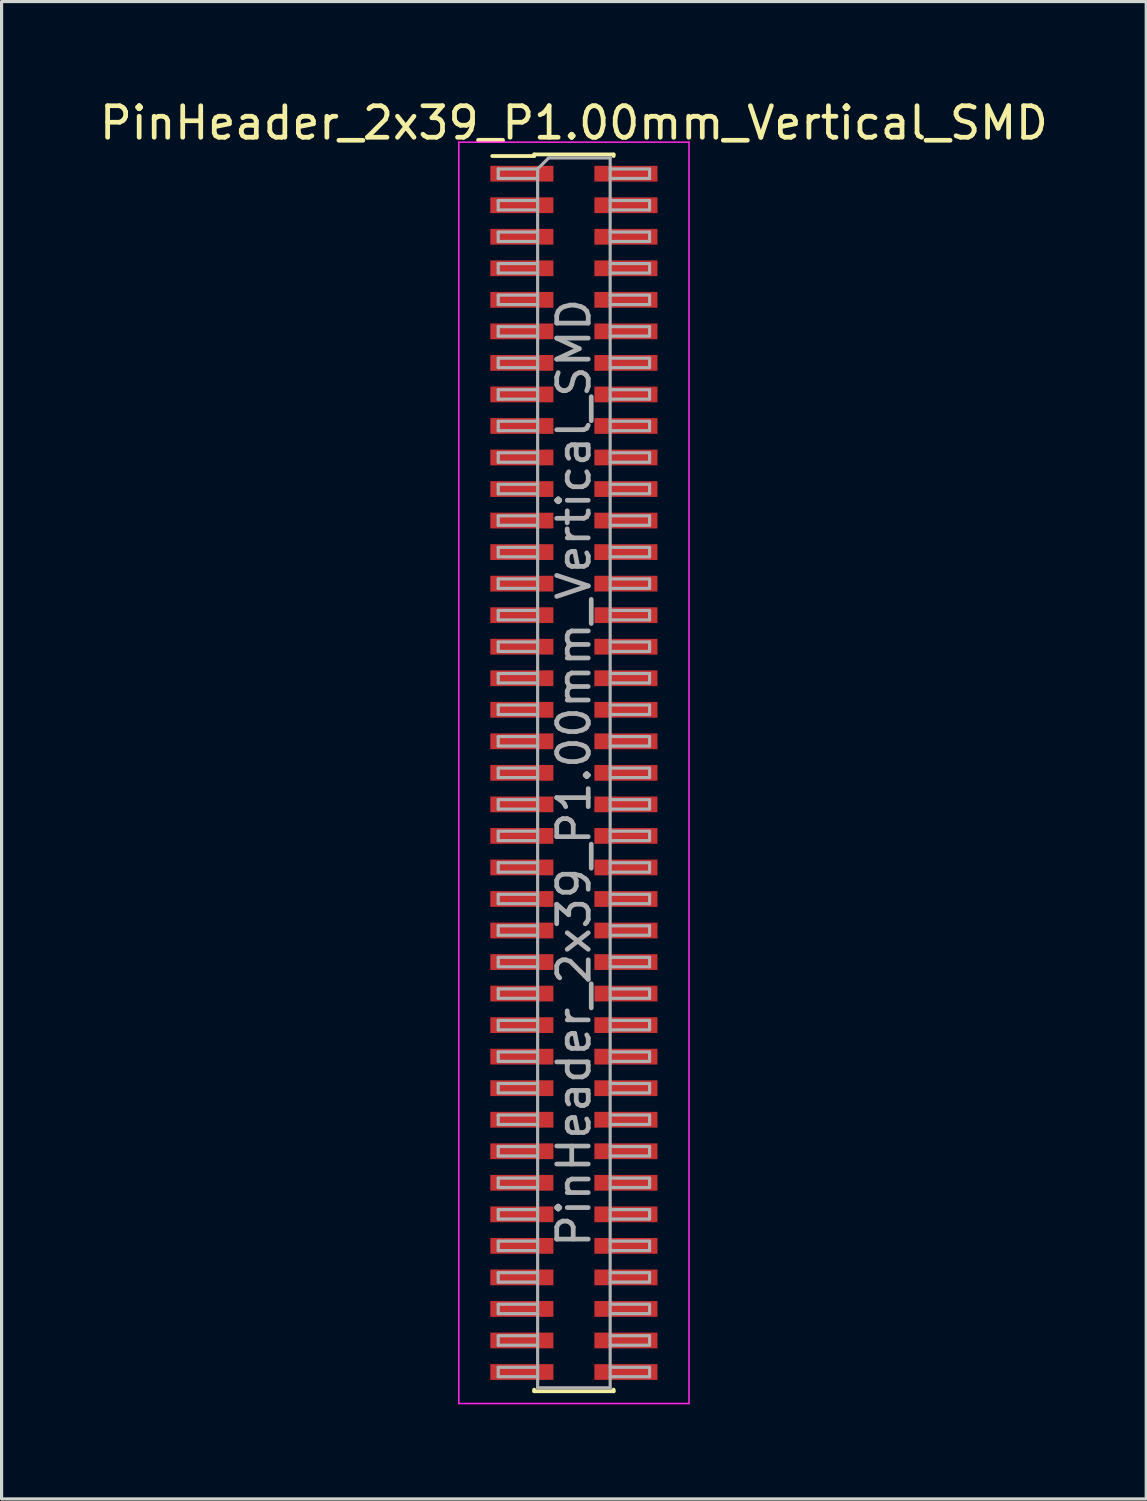
<source format=kicad_pcb>
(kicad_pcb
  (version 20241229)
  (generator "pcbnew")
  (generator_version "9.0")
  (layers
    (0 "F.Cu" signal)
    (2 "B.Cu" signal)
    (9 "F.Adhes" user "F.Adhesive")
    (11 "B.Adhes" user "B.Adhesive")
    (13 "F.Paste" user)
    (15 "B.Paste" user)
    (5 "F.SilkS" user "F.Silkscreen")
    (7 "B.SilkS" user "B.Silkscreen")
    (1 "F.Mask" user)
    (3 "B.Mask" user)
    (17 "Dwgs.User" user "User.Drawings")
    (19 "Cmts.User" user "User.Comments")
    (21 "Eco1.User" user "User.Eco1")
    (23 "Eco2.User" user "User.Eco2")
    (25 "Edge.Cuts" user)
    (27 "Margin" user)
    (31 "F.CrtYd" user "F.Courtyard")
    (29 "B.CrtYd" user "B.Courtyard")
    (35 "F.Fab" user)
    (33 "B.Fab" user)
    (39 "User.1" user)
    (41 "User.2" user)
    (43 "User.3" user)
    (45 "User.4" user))
  (footprint "PinHeader_2x39_P1.00mm_Vertical_SMD"
    (layer "F.Cu")
    (at 15.149 21.458)
    (property "Reference" "PinHeader_2x39_P1.00mm_Vertical_SMD" (at 0 -20.61 0) (layer "F.SilkS") (effects (font (size 1 1) (thickness 0.15))))
    (attr smd)
    (fp_line (start -2.59 -19.56) (end -1.26 -19.56) (stroke (width 0.12) (type solid)) (layer "F.SilkS"))
    (fp_line (start -1.26 -19.61) (end -1.26 -19.56) (stroke (width 0.12) (type solid)) (layer "F.SilkS"))
    (fp_line (start -1.26 -19.61) (end 1.26 -19.61) (stroke (width 0.12) (type solid)) (layer "F.SilkS"))
    (fp_line (start -1.26 19.56) (end -1.26 19.61) (stroke (width 0.12) (type solid)) (layer "F.SilkS"))
    (fp_line (start -1.26 19.61) (end 1.26 19.61) (stroke (width 0.12) (type solid)) (layer "F.SilkS"))
    (fp_line (start 1.26 -19.61) (end 1.26 -19.56) (stroke (width 0.12) (type solid)) (layer "F.SilkS"))
    (fp_line (start 1.26 19.56) (end 1.26 19.61) (stroke (width 0.12) (type solid)) (layer "F.SilkS"))
    (fp_line (start -3.65 -20) (end -3.65 20) (stroke (width 0.05) (type solid)) (layer "F.CrtYd"))
    (fp_line (start -3.65 20) (end 3.65 20) (stroke (width 0.05) (type solid)) (layer "F.CrtYd"))
    (fp_line (start 3.65 -20) (end -3.65 -20) (stroke (width 0.05) (type solid)) (layer "F.CrtYd"))
    (fp_line (start 3.65 20) (end 3.65 -20) (stroke (width 0.05) (type solid)) (layer "F.CrtYd"))
    (fp_line (start -2.4 -19.15) (end -2.4 -18.85) (stroke (width 0.1) (type solid)) (layer "F.Fab"))
    (fp_line (start -2.4 -18.85) (end -1.15 -18.85) (stroke (width 0.1) (type solid)) (layer "F.Fab"))
    (fp_line (start -2.4 -18.15) (end -2.4 -17.85) (stroke (width 0.1) (type solid)) (layer "F.Fab"))
    (fp_line (start -2.4 -17.85) (end -1.15 -17.85) (stroke (width 0.1) (type solid)) (layer "F.Fab"))
    (fp_line (start -2.4 -17.15) (end -2.4 -16.85) (stroke (width 0.1) (type solid)) (layer "F.Fab"))
    (fp_line (start -2.4 -16.85) (end -1.15 -16.85) (stroke (width 0.1) (type solid)) (layer "F.Fab"))
    (fp_line (start -2.4 -16.15) (end -2.4 -15.85) (stroke (width 0.1) (type solid)) (layer "F.Fab"))
    (fp_line (start -2.4 -15.85) (end -1.15 -15.85) (stroke (width 0.1) (type solid)) (layer "F.Fab"))
    (fp_line (start -2.4 -15.15) (end -2.4 -14.85) (stroke (width 0.1) (type solid)) (layer "F.Fab"))
    (fp_line (start -2.4 -14.85) (end -1.15 -14.85) (stroke (width 0.1) (type solid)) (layer "F.Fab"))
    (fp_line (start -2.4 -14.15) (end -2.4 -13.85) (stroke (width 0.1) (type solid)) (layer "F.Fab"))
    (fp_line (start -2.4 -13.85) (end -1.15 -13.85) (stroke (width 0.1) (type solid)) (layer "F.Fab"))
    (fp_line (start -2.4 -13.15) (end -2.4 -12.85) (stroke (width 0.1) (type solid)) (layer "F.Fab"))
    (fp_line (start -2.4 -12.85) (end -1.15 -12.85) (stroke (width 0.1) (type solid)) (layer "F.Fab"))
    (fp_line (start -2.4 -12.15) (end -2.4 -11.85) (stroke (width 0.1) (type solid)) (layer "F.Fab"))
    (fp_line (start -2.4 -11.85) (end -1.15 -11.85) (stroke (width 0.1) (type solid)) (layer "F.Fab"))
    (fp_line (start -2.4 -11.15) (end -2.4 -10.85) (stroke (width 0.1) (type solid)) (layer "F.Fab"))
    (fp_line (start -2.4 -10.85) (end -1.15 -10.85) (stroke (width 0.1) (type solid)) (layer "F.Fab"))
    (fp_line (start -2.4 -10.15) (end -2.4 -9.85) (stroke (width 0.1) (type solid)) (layer "F.Fab"))
    (fp_line (start -2.4 -9.85) (end -1.15 -9.85) (stroke (width 0.1) (type solid)) (layer "F.Fab"))
    (fp_line (start -2.4 -9.15) (end -2.4 -8.85) (stroke (width 0.1) (type solid)) (layer "F.Fab"))
    (fp_line (start -2.4 -8.85) (end -1.15 -8.85) (stroke (width 0.1) (type solid)) (layer "F.Fab"))
    (fp_line (start -2.4 -8.15) (end -2.4 -7.85) (stroke (width 0.1) (type solid)) (layer "F.Fab"))
    (fp_line (start -2.4 -7.85) (end -1.15 -7.85) (stroke (width 0.1) (type solid)) (layer "F.Fab"))
    (fp_line (start -2.4 -7.15) (end -2.4 -6.85) (stroke (width 0.1) (type solid)) (layer "F.Fab"))
    (fp_line (start -2.4 -6.85) (end -1.15 -6.85) (stroke (width 0.1) (type solid)) (layer "F.Fab"))
    (fp_line (start -2.4 -6.15) (end -2.4 -5.85) (stroke (width 0.1) (type solid)) (layer "F.Fab"))
    (fp_line (start -2.4 -5.85) (end -1.15 -5.85) (stroke (width 0.1) (type solid)) (layer "F.Fab"))
    (fp_line (start -2.4 -5.15) (end -2.4 -4.85) (stroke (width 0.1) (type solid)) (layer "F.Fab"))
    (fp_line (start -2.4 -4.85) (end -1.15 -4.85) (stroke (width 0.1) (type solid)) (layer "F.Fab"))
    (fp_line (start -2.4 -4.15) (end -2.4 -3.85) (stroke (width 0.1) (type solid)) (layer "F.Fab"))
    (fp_line (start -2.4 -3.85) (end -1.15 -3.85) (stroke (width 0.1) (type solid)) (layer "F.Fab"))
    (fp_line (start -2.4 -3.15) (end -2.4 -2.85) (stroke (width 0.1) (type solid)) (layer "F.Fab"))
    (fp_line (start -2.4 -2.85) (end -1.15 -2.85) (stroke (width 0.1) (type solid)) (layer "F.Fab"))
    (fp_line (start -2.4 -2.15) (end -2.4 -1.85) (stroke (width 0.1) (type solid)) (layer "F.Fab"))
    (fp_line (start -2.4 -1.85) (end -1.15 -1.85) (stroke (width 0.1) (type solid)) (layer "F.Fab"))
    (fp_line (start -2.4 -1.15) (end -2.4 -0.85) (stroke (width 0.1) (type solid)) (layer "F.Fab"))
    (fp_line (start -2.4 -0.85) (end -1.15 -0.85) (stroke (width 0.1) (type solid)) (layer "F.Fab"))
    (fp_line (start -2.4 -0.15) (end -2.4 0.15) (stroke (width 0.1) (type solid)) (layer "F.Fab"))
    (fp_line (start -2.4 0.15) (end -1.15 0.15) (stroke (width 0.1) (type solid)) (layer "F.Fab"))
    (fp_line (start -2.4 0.85) (end -2.4 1.15) (stroke (width 0.1) (type solid)) (layer "F.Fab"))
    (fp_line (start -2.4 1.15) (end -1.15 1.15) (stroke (width 0.1) (type solid)) (layer "F.Fab"))
    (fp_line (start -2.4 1.85) (end -2.4 2.15) (stroke (width 0.1) (type solid)) (layer "F.Fab"))
    (fp_line (start -2.4 2.15) (end -1.15 2.15) (stroke (width 0.1) (type solid)) (layer "F.Fab"))
    (fp_line (start -2.4 2.85) (end -2.4 3.15) (stroke (width 0.1) (type solid)) (layer "F.Fab"))
    (fp_line (start -2.4 3.15) (end -1.15 3.15) (stroke (width 0.1) (type solid)) (layer "F.Fab"))
    (fp_line (start -2.4 3.85) (end -2.4 4.15) (stroke (width 0.1) (type solid)) (layer "F.Fab"))
    (fp_line (start -2.4 4.15) (end -1.15 4.15) (stroke (width 0.1) (type solid)) (layer "F.Fab"))
    (fp_line (start -2.4 4.85) (end -2.4 5.15) (stroke (width 0.1) (type solid)) (layer "F.Fab"))
    (fp_line (start -2.4 5.15) (end -1.15 5.15) (stroke (width 0.1) (type solid)) (layer "F.Fab"))
    (fp_line (start -2.4 5.85) (end -2.4 6.15) (stroke (width 0.1) (type solid)) (layer "F.Fab"))
    (fp_line (start -2.4 6.15) (end -1.15 6.15) (stroke (width 0.1) (type solid)) (layer "F.Fab"))
    (fp_line (start -2.4 6.85) (end -2.4 7.15) (stroke (width 0.1) (type solid)) (layer "F.Fab"))
    (fp_line (start -2.4 7.15) (end -1.15 7.15) (stroke (width 0.1) (type solid)) (layer "F.Fab"))
    (fp_line (start -2.4 7.85) (end -2.4 8.15) (stroke (width 0.1) (type solid)) (layer "F.Fab"))
    (fp_line (start -2.4 8.15) (end -1.15 8.15) (stroke (width 0.1) (type solid)) (layer "F.Fab"))
    (fp_line (start -2.4 8.85) (end -2.4 9.15) (stroke (width 0.1) (type solid)) (layer "F.Fab"))
    (fp_line (start -2.4 9.15) (end -1.15 9.15) (stroke (width 0.1) (type solid)) (layer "F.Fab"))
    (fp_line (start -2.4 9.85) (end -2.4 10.15) (stroke (width 0.1) (type solid)) (layer "F.Fab"))
    (fp_line (start -2.4 10.15) (end -1.15 10.15) (stroke (width 0.1) (type solid)) (layer "F.Fab"))
    (fp_line (start -2.4 10.85) (end -2.4 11.15) (stroke (width 0.1) (type solid)) (layer "F.Fab"))
    (fp_line (start -2.4 11.15) (end -1.15 11.15) (stroke (width 0.1) (type solid)) (layer "F.Fab"))
    (fp_line (start -2.4 11.85) (end -2.4 12.15) (stroke (width 0.1) (type solid)) (layer "F.Fab"))
    (fp_line (start -2.4 12.15) (end -1.15 12.15) (stroke (width 0.1) (type solid)) (layer "F.Fab"))
    (fp_line (start -2.4 12.85) (end -2.4 13.15) (stroke (width 0.1) (type solid)) (layer "F.Fab"))
    (fp_line (start -2.4 13.15) (end -1.15 13.15) (stroke (width 0.1) (type solid)) (layer "F.Fab"))
    (fp_line (start -2.4 13.85) (end -2.4 14.15) (stroke (width 0.1) (type solid)) (layer "F.Fab"))
    (fp_line (start -2.4 14.15) (end -1.15 14.15) (stroke (width 0.1) (type solid)) (layer "F.Fab"))
    (fp_line (start -2.4 14.85) (end -2.4 15.15) (stroke (width 0.1) (type solid)) (layer "F.Fab"))
    (fp_line (start -2.4 15.15) (end -1.15 15.15) (stroke (width 0.1) (type solid)) (layer "F.Fab"))
    (fp_line (start -2.4 15.85) (end -2.4 16.15) (stroke (width 0.1) (type solid)) (layer "F.Fab"))
    (fp_line (start -2.4 16.15) (end -1.15 16.15) (stroke (width 0.1) (type solid)) (layer "F.Fab"))
    (fp_line (start -2.4 16.85) (end -2.4 17.15) (stroke (width 0.1) (type solid)) (layer "F.Fab"))
    (fp_line (start -2.4 17.15) (end -1.15 17.15) (stroke (width 0.1) (type solid)) (layer "F.Fab"))
    (fp_line (start -2.4 17.85) (end -2.4 18.15) (stroke (width 0.1) (type solid)) (layer "F.Fab"))
    (fp_line (start -2.4 18.15) (end -1.15 18.15) (stroke (width 0.1) (type solid)) (layer "F.Fab"))
    (fp_line (start -2.4 18.85) (end -2.4 19.15) (stroke (width 0.1) (type solid)) (layer "F.Fab"))
    (fp_line (start -2.4 19.15) (end -1.15 19.15) (stroke (width 0.1) (type solid)) (layer "F.Fab"))
    (fp_line (start -1.15 -19.15) (end -2.4 -19.15) (stroke (width 0.1) (type solid)) (layer "F.Fab"))
    (fp_line (start -1.15 -19.15) (end -0.8 -19.5) (stroke (width 0.1) (type solid)) (layer "F.Fab"))
    (fp_line (start -1.15 -18.15) (end -2.4 -18.15) (stroke (width 0.1) (type solid)) (layer "F.Fab"))
    (fp_line (start -1.15 -17.15) (end -2.4 -17.15) (stroke (width 0.1) (type solid)) (layer "F.Fab"))
    (fp_line (start -1.15 -16.15) (end -2.4 -16.15) (stroke (width 0.1) (type solid)) (layer "F.Fab"))
    (fp_line (start -1.15 -15.15) (end -2.4 -15.15) (stroke (width 0.1) (type solid)) (layer "F.Fab"))
    (fp_line (start -1.15 -14.15) (end -2.4 -14.15) (stroke (width 0.1) (type solid)) (layer "F.Fab"))
    (fp_line (start -1.15 -13.15) (end -2.4 -13.15) (stroke (width 0.1) (type solid)) (layer "F.Fab"))
    (fp_line (start -1.15 -12.15) (end -2.4 -12.15) (stroke (width 0.1) (type solid)) (layer "F.Fab"))
    (fp_line (start -1.15 -11.15) (end -2.4 -11.15) (stroke (width 0.1) (type solid)) (layer "F.Fab"))
    (fp_line (start -1.15 -10.15) (end -2.4 -10.15) (stroke (width 0.1) (type solid)) (layer "F.Fab"))
    (fp_line (start -1.15 -9.15) (end -2.4 -9.15) (stroke (width 0.1) (type solid)) (layer "F.Fab"))
    (fp_line (start -1.15 -8.15) (end -2.4 -8.15) (stroke (width 0.1) (type solid)) (layer "F.Fab"))
    (fp_line (start -1.15 -7.15) (end -2.4 -7.15) (stroke (width 0.1) (type solid)) (layer "F.Fab"))
    (fp_line (start -1.15 -6.15) (end -2.4 -6.15) (stroke (width 0.1) (type solid)) (layer "F.Fab"))
    (fp_line (start -1.15 -5.15) (end -2.4 -5.15) (stroke (width 0.1) (type solid)) (layer "F.Fab"))
    (fp_line (start -1.15 -4.15) (end -2.4 -4.15) (stroke (width 0.1) (type solid)) (layer "F.Fab"))
    (fp_line (start -1.15 -3.15) (end -2.4 -3.15) (stroke (width 0.1) (type solid)) (layer "F.Fab"))
    (fp_line (start -1.15 -2.15) (end -2.4 -2.15) (stroke (width 0.1) (type solid)) (layer "F.Fab"))
    (fp_line (start -1.15 -1.15) (end -2.4 -1.15) (stroke (width 0.1) (type solid)) (layer "F.Fab"))
    (fp_line (start -1.15 -0.15) (end -2.4 -0.15) (stroke (width 0.1) (type solid)) (layer "F.Fab"))
    (fp_line (start -1.15 0.85) (end -2.4 0.85) (stroke (width 0.1) (type solid)) (layer "F.Fab"))
    (fp_line (start -1.15 1.85) (end -2.4 1.85) (stroke (width 0.1) (type solid)) (layer "F.Fab"))
    (fp_line (start -1.15 2.85) (end -2.4 2.85) (stroke (width 0.1) (type solid)) (layer "F.Fab"))
    (fp_line (start -1.15 3.85) (end -2.4 3.85) (stroke (width 0.1) (type solid)) (layer "F.Fab"))
    (fp_line (start -1.15 4.85) (end -2.4 4.85) (stroke (width 0.1) (type solid)) (layer "F.Fab"))
    (fp_line (start -1.15 5.85) (end -2.4 5.85) (stroke (width 0.1) (type solid)) (layer "F.Fab"))
    (fp_line (start -1.15 6.85) (end -2.4 6.85) (stroke (width 0.1) (type solid)) (layer "F.Fab"))
    (fp_line (start -1.15 7.85) (end -2.4 7.85) (stroke (width 0.1) (type solid)) (layer "F.Fab"))
    (fp_line (start -1.15 8.85) (end -2.4 8.85) (stroke (width 0.1) (type solid)) (layer "F.Fab"))
    (fp_line (start -1.15 9.85) (end -2.4 9.85) (stroke (width 0.1) (type solid)) (layer "F.Fab"))
    (fp_line (start -1.15 10.85) (end -2.4 10.85) (stroke (width 0.1) (type solid)) (layer "F.Fab"))
    (fp_line (start -1.15 11.85) (end -2.4 11.85) (stroke (width 0.1) (type solid)) (layer "F.Fab"))
    (fp_line (start -1.15 12.85) (end -2.4 12.85) (stroke (width 0.1) (type solid)) (layer "F.Fab"))
    (fp_line (start -1.15 13.85) (end -2.4 13.85) (stroke (width 0.1) (type solid)) (layer "F.Fab"))
    (fp_line (start -1.15 14.85) (end -2.4 14.85) (stroke (width 0.1) (type solid)) (layer "F.Fab"))
    (fp_line (start -1.15 15.85) (end -2.4 15.85) (stroke (width 0.1) (type solid)) (layer "F.Fab"))
    (fp_line (start -1.15 16.85) (end -2.4 16.85) (stroke (width 0.1) (type solid)) (layer "F.Fab"))
    (fp_line (start -1.15 17.85) (end -2.4 17.85) (stroke (width 0.1) (type solid)) (layer "F.Fab"))
    (fp_line (start -1.15 18.85) (end -2.4 18.85) (stroke (width 0.1) (type solid)) (layer "F.Fab"))
    (fp_line (start -1.15 19.5) (end -1.15 -19.15) (stroke (width 0.1) (type solid)) (layer "F.Fab"))
    (fp_line (start -0.8 -19.5) (end 1.15 -19.5) (stroke (width 0.1) (type solid)) (layer "F.Fab"))
    (fp_line (start 1.15 -19.5) (end 1.15 19.5) (stroke (width 0.1) (type solid)) (layer "F.Fab"))
    (fp_line (start 1.15 -19.15) (end 2.4 -19.15) (stroke (width 0.1) (type solid)) (layer "F.Fab"))
    (fp_line (start 1.15 -18.15) (end 2.4 -18.15) (stroke (width 0.1) (type solid)) (layer "F.Fab"))
    (fp_line (start 1.15 -17.15) (end 2.4 -17.15) (stroke (width 0.1) (type solid)) (layer "F.Fab"))
    (fp_line (start 1.15 -16.15) (end 2.4 -16.15) (stroke (width 0.1) (type solid)) (layer "F.Fab"))
    (fp_line (start 1.15 -15.15) (end 2.4 -15.15) (stroke (width 0.1) (type solid)) (layer "F.Fab"))
    (fp_line (start 1.15 -14.15) (end 2.4 -14.15) (stroke (width 0.1) (type solid)) (layer "F.Fab"))
    (fp_line (start 1.15 -13.15) (end 2.4 -13.15) (stroke (width 0.1) (type solid)) (layer "F.Fab"))
    (fp_line (start 1.15 -12.15) (end 2.4 -12.15) (stroke (width 0.1) (type solid)) (layer "F.Fab"))
    (fp_line (start 1.15 -11.15) (end 2.4 -11.15) (stroke (width 0.1) (type solid)) (layer "F.Fab"))
    (fp_line (start 1.15 -10.15) (end 2.4 -10.15) (stroke (width 0.1) (type solid)) (layer "F.Fab"))
    (fp_line (start 1.15 -9.15) (end 2.4 -9.15) (stroke (width 0.1) (type solid)) (layer "F.Fab"))
    (fp_line (start 1.15 -8.15) (end 2.4 -8.15) (stroke (width 0.1) (type solid)) (layer "F.Fab"))
    (fp_line (start 1.15 -7.15) (end 2.4 -7.15) (stroke (width 0.1) (type solid)) (layer "F.Fab"))
    (fp_line (start 1.15 -6.15) (end 2.4 -6.15) (stroke (width 0.1) (type solid)) (layer "F.Fab"))
    (fp_line (start 1.15 -5.15) (end 2.4 -5.15) (stroke (width 0.1) (type solid)) (layer "F.Fab"))
    (fp_line (start 1.15 -4.15) (end 2.4 -4.15) (stroke (width 0.1) (type solid)) (layer "F.Fab"))
    (fp_line (start 1.15 -3.15) (end 2.4 -3.15) (stroke (width 0.1) (type solid)) (layer "F.Fab"))
    (fp_line (start 1.15 -2.15) (end 2.4 -2.15) (stroke (width 0.1) (type solid)) (layer "F.Fab"))
    (fp_line (start 1.15 -1.15) (end 2.4 -1.15) (stroke (width 0.1) (type solid)) (layer "F.Fab"))
    (fp_line (start 1.15 -0.15) (end 2.4 -0.15) (stroke (width 0.1) (type solid)) (layer "F.Fab"))
    (fp_line (start 1.15 0.85) (end 2.4 0.85) (stroke (width 0.1) (type solid)) (layer "F.Fab"))
    (fp_line (start 1.15 1.85) (end 2.4 1.85) (stroke (width 0.1) (type solid)) (layer "F.Fab"))
    (fp_line (start 1.15 2.85) (end 2.4 2.85) (stroke (width 0.1) (type solid)) (layer "F.Fab"))
    (fp_line (start 1.15 3.85) (end 2.4 3.85) (stroke (width 0.1) (type solid)) (layer "F.Fab"))
    (fp_line (start 1.15 4.85) (end 2.4 4.85) (stroke (width 0.1) (type solid)) (layer "F.Fab"))
    (fp_line (start 1.15 5.85) (end 2.4 5.85) (stroke (width 0.1) (type solid)) (layer "F.Fab"))
    (fp_line (start 1.15 6.85) (end 2.4 6.85) (stroke (width 0.1) (type solid)) (layer "F.Fab"))
    (fp_line (start 1.15 7.85) (end 2.4 7.85) (stroke (width 0.1) (type solid)) (layer "F.Fab"))
    (fp_line (start 1.15 8.85) (end 2.4 8.85) (stroke (width 0.1) (type solid)) (layer "F.Fab"))
    (fp_line (start 1.15 9.85) (end 2.4 9.85) (stroke (width 0.1) (type solid)) (layer "F.Fab"))
    (fp_line (start 1.15 10.85) (end 2.4 10.85) (stroke (width 0.1) (type solid)) (layer "F.Fab"))
    (fp_line (start 1.15 11.85) (end 2.4 11.85) (stroke (width 0.1) (type solid)) (layer "F.Fab"))
    (fp_line (start 1.15 12.85) (end 2.4 12.85) (stroke (width 0.1) (type solid)) (layer "F.Fab"))
    (fp_line (start 1.15 13.85) (end 2.4 13.85) (stroke (width 0.1) (type solid)) (layer "F.Fab"))
    (fp_line (start 1.15 14.85) (end 2.4 14.85) (stroke (width 0.1) (type solid)) (layer "F.Fab"))
    (fp_line (start 1.15 15.85) (end 2.4 15.85) (stroke (width 0.1) (type solid)) (layer "F.Fab"))
    (fp_line (start 1.15 16.85) (end 2.4 16.85) (stroke (width 0.1) (type solid)) (layer "F.Fab"))
    (fp_line (start 1.15 17.85) (end 2.4 17.85) (stroke (width 0.1) (type solid)) (layer "F.Fab"))
    (fp_line (start 1.15 18.85) (end 2.4 18.85) (stroke (width 0.1) (type solid)) (layer "F.Fab"))
    (fp_line (start 1.15 19.5) (end -1.15 19.5) (stroke (width 0.1) (type solid)) (layer "F.Fab"))
    (fp_line (start 2.4 -19.15) (end 2.4 -18.85) (stroke (width 0.1) (type solid)) (layer "F.Fab"))
    (fp_line (start 2.4 -18.85) (end 1.15 -18.85) (stroke (width 0.1) (type solid)) (layer "F.Fab"))
    (fp_line (start 2.4 -18.15) (end 2.4 -17.85) (stroke (width 0.1) (type solid)) (layer "F.Fab"))
    (fp_line (start 2.4 -17.85) (end 1.15 -17.85) (stroke (width 0.1) (type solid)) (layer "F.Fab"))
    (fp_line (start 2.4 -17.15) (end 2.4 -16.85) (stroke (width 0.1) (type solid)) (layer "F.Fab"))
    (fp_line (start 2.4 -16.85) (end 1.15 -16.85) (stroke (width 0.1) (type solid)) (layer "F.Fab"))
    (fp_line (start 2.4 -16.15) (end 2.4 -15.85) (stroke (width 0.1) (type solid)) (layer "F.Fab"))
    (fp_line (start 2.4 -15.85) (end 1.15 -15.85) (stroke (width 0.1) (type solid)) (layer "F.Fab"))
    (fp_line (start 2.4 -15.15) (end 2.4 -14.85) (stroke (width 0.1) (type solid)) (layer "F.Fab"))
    (fp_line (start 2.4 -14.85) (end 1.15 -14.85) (stroke (width 0.1) (type solid)) (layer "F.Fab"))
    (fp_line (start 2.4 -14.15) (end 2.4 -13.85) (stroke (width 0.1) (type solid)) (layer "F.Fab"))
    (fp_line (start 2.4 -13.85) (end 1.15 -13.85) (stroke (width 0.1) (type solid)) (layer "F.Fab"))
    (fp_line (start 2.4 -13.15) (end 2.4 -12.85) (stroke (width 0.1) (type solid)) (layer "F.Fab"))
    (fp_line (start 2.4 -12.85) (end 1.15 -12.85) (stroke (width 0.1) (type solid)) (layer "F.Fab"))
    (fp_line (start 2.4 -12.15) (end 2.4 -11.85) (stroke (width 0.1) (type solid)) (layer "F.Fab"))
    (fp_line (start 2.4 -11.85) (end 1.15 -11.85) (stroke (width 0.1) (type solid)) (layer "F.Fab"))
    (fp_line (start 2.4 -11.15) (end 2.4 -10.85) (stroke (width 0.1) (type solid)) (layer "F.Fab"))
    (fp_line (start 2.4 -10.85) (end 1.15 -10.85) (stroke (width 0.1) (type solid)) (layer "F.Fab"))
    (fp_line (start 2.4 -10.15) (end 2.4 -9.85) (stroke (width 0.1) (type solid)) (layer "F.Fab"))
    (fp_line (start 2.4 -9.85) (end 1.15 -9.85) (stroke (width 0.1) (type solid)) (layer "F.Fab"))
    (fp_line (start 2.4 -9.15) (end 2.4 -8.85) (stroke (width 0.1) (type solid)) (layer "F.Fab"))
    (fp_line (start 2.4 -8.85) (end 1.15 -8.85) (stroke (width 0.1) (type solid)) (layer "F.Fab"))
    (fp_line (start 2.4 -8.15) (end 2.4 -7.85) (stroke (width 0.1) (type solid)) (layer "F.Fab"))
    (fp_line (start 2.4 -7.85) (end 1.15 -7.85) (stroke (width 0.1) (type solid)) (layer "F.Fab"))
    (fp_line (start 2.4 -7.15) (end 2.4 -6.85) (stroke (width 0.1) (type solid)) (layer "F.Fab"))
    (fp_line (start 2.4 -6.85) (end 1.15 -6.85) (stroke (width 0.1) (type solid)) (layer "F.Fab"))
    (fp_line (start 2.4 -6.15) (end 2.4 -5.85) (stroke (width 0.1) (type solid)) (layer "F.Fab"))
    (fp_line (start 2.4 -5.85) (end 1.15 -5.85) (stroke (width 0.1) (type solid)) (layer "F.Fab"))
    (fp_line (start 2.4 -5.15) (end 2.4 -4.85) (stroke (width 0.1) (type solid)) (layer "F.Fab"))
    (fp_line (start 2.4 -4.85) (end 1.15 -4.85) (stroke (width 0.1) (type solid)) (layer "F.Fab"))
    (fp_line (start 2.4 -4.15) (end 2.4 -3.85) (stroke (width 0.1) (type solid)) (layer "F.Fab"))
    (fp_line (start 2.4 -3.85) (end 1.15 -3.85) (stroke (width 0.1) (type solid)) (layer "F.Fab"))
    (fp_line (start 2.4 -3.15) (end 2.4 -2.85) (stroke (width 0.1) (type solid)) (layer "F.Fab"))
    (fp_line (start 2.4 -2.85) (end 1.15 -2.85) (stroke (width 0.1) (type solid)) (layer "F.Fab"))
    (fp_line (start 2.4 -2.15) (end 2.4 -1.85) (stroke (width 0.1) (type solid)) (layer "F.Fab"))
    (fp_line (start 2.4 -1.85) (end 1.15 -1.85) (stroke (width 0.1) (type solid)) (layer "F.Fab"))
    (fp_line (start 2.4 -1.15) (end 2.4 -0.85) (stroke (width 0.1) (type solid)) (layer "F.Fab"))
    (fp_line (start 2.4 -0.85) (end 1.15 -0.85) (stroke (width 0.1) (type solid)) (layer "F.Fab"))
    (fp_line (start 2.4 -0.15) (end 2.4 0.15) (stroke (width 0.1) (type solid)) (layer "F.Fab"))
    (fp_line (start 2.4 0.15) (end 1.15 0.15) (stroke (width 0.1) (type solid)) (layer "F.Fab"))
    (fp_line (start 2.4 0.85) (end 2.4 1.15) (stroke (width 0.1) (type solid)) (layer "F.Fab"))
    (fp_line (start 2.4 1.15) (end 1.15 1.15) (stroke (width 0.1) (type solid)) (layer "F.Fab"))
    (fp_line (start 2.4 1.85) (end 2.4 2.15) (stroke (width 0.1) (type solid)) (layer "F.Fab"))
    (fp_line (start 2.4 2.15) (end 1.15 2.15) (stroke (width 0.1) (type solid)) (layer "F.Fab"))
    (fp_line (start 2.4 2.85) (end 2.4 3.15) (stroke (width 0.1) (type solid)) (layer "F.Fab"))
    (fp_line (start 2.4 3.15) (end 1.15 3.15) (stroke (width 0.1) (type solid)) (layer "F.Fab"))
    (fp_line (start 2.4 3.85) (end 2.4 4.15) (stroke (width 0.1) (type solid)) (layer "F.Fab"))
    (fp_line (start 2.4 4.15) (end 1.15 4.15) (stroke (width 0.1) (type solid)) (layer "F.Fab"))
    (fp_line (start 2.4 4.85) (end 2.4 5.15) (stroke (width 0.1) (type solid)) (layer "F.Fab"))
    (fp_line (start 2.4 5.15) (end 1.15 5.15) (stroke (width 0.1) (type solid)) (layer "F.Fab"))
    (fp_line (start 2.4 5.85) (end 2.4 6.15) (stroke (width 0.1) (type solid)) (layer "F.Fab"))
    (fp_line (start 2.4 6.15) (end 1.15 6.15) (stroke (width 0.1) (type solid)) (layer "F.Fab"))
    (fp_line (start 2.4 6.85) (end 2.4 7.15) (stroke (width 0.1) (type solid)) (layer "F.Fab"))
    (fp_line (start 2.4 7.15) (end 1.15 7.15) (stroke (width 0.1) (type solid)) (layer "F.Fab"))
    (fp_line (start 2.4 7.85) (end 2.4 8.15) (stroke (width 0.1) (type solid)) (layer "F.Fab"))
    (fp_line (start 2.4 8.15) (end 1.15 8.15) (stroke (width 0.1) (type solid)) (layer "F.Fab"))
    (fp_line (start 2.4 8.85) (end 2.4 9.15) (stroke (width 0.1) (type solid)) (layer "F.Fab"))
    (fp_line (start 2.4 9.15) (end 1.15 9.15) (stroke (width 0.1) (type solid)) (layer "F.Fab"))
    (fp_line (start 2.4 9.85) (end 2.4 10.15) (stroke (width 0.1) (type solid)) (layer "F.Fab"))
    (fp_line (start 2.4 10.15) (end 1.15 10.15) (stroke (width 0.1) (type solid)) (layer "F.Fab"))
    (fp_line (start 2.4 10.85) (end 2.4 11.15) (stroke (width 0.1) (type solid)) (layer "F.Fab"))
    (fp_line (start 2.4 11.15) (end 1.15 11.15) (stroke (width 0.1) (type solid)) (layer "F.Fab"))
    (fp_line (start 2.4 11.85) (end 2.4 12.15) (stroke (width 0.1) (type solid)) (layer "F.Fab"))
    (fp_line (start 2.4 12.15) (end 1.15 12.15) (stroke (width 0.1) (type solid)) (layer "F.Fab"))
    (fp_line (start 2.4 12.85) (end 2.4 13.15) (stroke (width 0.1) (type solid)) (layer "F.Fab"))
    (fp_line (start 2.4 13.15) (end 1.15 13.15) (stroke (width 0.1) (type solid)) (layer "F.Fab"))
    (fp_line (start 2.4 13.85) (end 2.4 14.15) (stroke (width 0.1) (type solid)) (layer "F.Fab"))
    (fp_line (start 2.4 14.15) (end 1.15 14.15) (stroke (width 0.1) (type solid)) (layer "F.Fab"))
    (fp_line (start 2.4 14.85) (end 2.4 15.15) (stroke (width 0.1) (type solid)) (layer "F.Fab"))
    (fp_line (start 2.4 15.15) (end 1.15 15.15) (stroke (width 0.1) (type solid)) (layer "F.Fab"))
    (fp_line (start 2.4 15.85) (end 2.4 16.15) (stroke (width 0.1) (type solid)) (layer "F.Fab"))
    (fp_line (start 2.4 16.15) (end 1.15 16.15) (stroke (width 0.1) (type solid)) (layer "F.Fab"))
    (fp_line (start 2.4 16.85) (end 2.4 17.15) (stroke (width 0.1) (type solid)) (layer "F.Fab"))
    (fp_line (start 2.4 17.15) (end 1.15 17.15) (stroke (width 0.1) (type solid)) (layer "F.Fab"))
    (fp_line (start 2.4 17.85) (end 2.4 18.15) (stroke (width 0.1) (type solid)) (layer "F.Fab"))
    (fp_line (start 2.4 18.15) (end 1.15 18.15) (stroke (width 0.1) (type solid)) (layer "F.Fab"))
    (fp_line (start 2.4 18.85) (end 2.4 19.15) (stroke (width 0.1) (type solid)) (layer "F.Fab"))
    (fp_line (start 2.4 19.15) (end 1.15 19.15) (stroke (width 0.1) (type solid)) (layer "F.Fab"))
    (fp_text user "${REFERENCE}" (at 0 0 90) (layer "F.Fab") (effects (font (size 1 1) (thickness 0.15))))
    (pad "1" smd rect (at -1.65 -19) (size 2 0.5) (layers "F.Cu" "F.Mask" "F.Paste"))
    (pad "2" smd rect (at 1.65 -19) (size 2 0.5) (layers "F.Cu" "F.Mask" "F.Paste"))
    (pad "3" smd rect (at -1.65 -18) (size 2 0.5) (layers "F.Cu" "F.Mask" "F.Paste"))
    (pad "4" smd rect (at 1.65 -18) (size 2 0.5) (layers "F.Cu" "F.Mask" "F.Paste"))
    (pad "5" smd rect (at -1.65 -17) (size 2 0.5) (layers "F.Cu" "F.Mask" "F.Paste"))
    (pad "6" smd rect (at 1.65 -17) (size 2 0.5) (layers "F.Cu" "F.Mask" "F.Paste"))
    (pad "7" smd rect (at -1.65 -16) (size 2 0.5) (layers "F.Cu" "F.Mask" "F.Paste"))
    (pad "8" smd rect (at 1.65 -16) (size 2 0.5) (layers "F.Cu" "F.Mask" "F.Paste"))
    (pad "9" smd rect (at -1.65 -15) (size 2 0.5) (layers "F.Cu" "F.Mask" "F.Paste"))
    (pad "10" smd rect (at 1.65 -15) (size 2 0.5) (layers "F.Cu" "F.Mask" "F.Paste"))
    (pad "11" smd rect (at -1.65 -14) (size 2 0.5) (layers "F.Cu" "F.Mask" "F.Paste"))
    (pad "12" smd rect (at 1.65 -14) (size 2 0.5) (layers "F.Cu" "F.Mask" "F.Paste"))
    (pad "13" smd rect (at -1.65 -13) (size 2 0.5) (layers "F.Cu" "F.Mask" "F.Paste"))
    (pad "14" smd rect (at 1.65 -13) (size 2 0.5) (layers "F.Cu" "F.Mask" "F.Paste"))
    (pad "15" smd rect (at -1.65 -12) (size 2 0.5) (layers "F.Cu" "F.Mask" "F.Paste"))
    (pad "16" smd rect (at 1.65 -12) (size 2 0.5) (layers "F.Cu" "F.Mask" "F.Paste"))
    (pad "17" smd rect (at -1.65 -11) (size 2 0.5) (layers "F.Cu" "F.Mask" "F.Paste"))
    (pad "18" smd rect (at 1.65 -11) (size 2 0.5) (layers "F.Cu" "F.Mask" "F.Paste"))
    (pad "19" smd rect (at -1.65 -10) (size 2 0.5) (layers "F.Cu" "F.Mask" "F.Paste"))
    (pad "20" smd rect (at 1.65 -10) (size 2 0.5) (layers "F.Cu" "F.Mask" "F.Paste"))
    (pad "21" smd rect (at -1.65 -9) (size 2 0.5) (layers "F.Cu" "F.Mask" "F.Paste"))
    (pad "22" smd rect (at 1.65 -9) (size 2 0.5) (layers "F.Cu" "F.Mask" "F.Paste"))
    (pad "23" smd rect (at -1.65 -8) (size 2 0.5) (layers "F.Cu" "F.Mask" "F.Paste"))
    (pad "24" smd rect (at 1.65 -8) (size 2 0.5) (layers "F.Cu" "F.Mask" "F.Paste"))
    (pad "25" smd rect (at -1.65 -7) (size 2 0.5) (layers "F.Cu" "F.Mask" "F.Paste"))
    (pad "26" smd rect (at 1.65 -7) (size 2 0.5) (layers "F.Cu" "F.Mask" "F.Paste"))
    (pad "27" smd rect (at -1.65 -6) (size 2 0.5) (layers "F.Cu" "F.Mask" "F.Paste"))
    (pad "28" smd rect (at 1.65 -6) (size 2 0.5) (layers "F.Cu" "F.Mask" "F.Paste"))
    (pad "29" smd rect (at -1.65 -5) (size 2 0.5) (layers "F.Cu" "F.Mask" "F.Paste"))
    (pad "30" smd rect (at 1.65 -5) (size 2 0.5) (layers "F.Cu" "F.Mask" "F.Paste"))
    (pad "31" smd rect (at -1.65 -4) (size 2 0.5) (layers "F.Cu" "F.Mask" "F.Paste"))
    (pad "32" smd rect (at 1.65 -4) (size 2 0.5) (layers "F.Cu" "F.Mask" "F.Paste"))
    (pad "33" smd rect (at -1.65 -3) (size 2 0.5) (layers "F.Cu" "F.Mask" "F.Paste"))
    (pad "34" smd rect (at 1.65 -3) (size 2 0.5) (layers "F.Cu" "F.Mask" "F.Paste"))
    (pad "35" smd rect (at -1.65 -2) (size 2 0.5) (layers "F.Cu" "F.Mask" "F.Paste"))
    (pad "36" smd rect (at 1.65 -2) (size 2 0.5) (layers "F.Cu" "F.Mask" "F.Paste"))
    (pad "37" smd rect (at -1.65 -1) (size 2 0.5) (layers "F.Cu" "F.Mask" "F.Paste"))
    (pad "38" smd rect (at 1.65 -1) (size 2 0.5) (layers "F.Cu" "F.Mask" "F.Paste"))
    (pad "39" smd rect (at -1.65 0) (size 2 0.5) (layers "F.Cu" "F.Mask" "F.Paste"))
    (pad "40" smd rect (at 1.65 0) (size 2 0.5) (layers "F.Cu" "F.Mask" "F.Paste"))
    (pad "41" smd rect (at -1.65 1) (size 2 0.5) (layers "F.Cu" "F.Mask" "F.Paste"))
    (pad "42" smd rect (at 1.65 1) (size 2 0.5) (layers "F.Cu" "F.Mask" "F.Paste"))
    (pad "43" smd rect (at -1.65 2) (size 2 0.5) (layers "F.Cu" "F.Mask" "F.Paste"))
    (pad "44" smd rect (at 1.65 2) (size 2 0.5) (layers "F.Cu" "F.Mask" "F.Paste"))
    (pad "45" smd rect (at -1.65 3) (size 2 0.5) (layers "F.Cu" "F.Mask" "F.Paste"))
    (pad "46" smd rect (at 1.65 3) (size 2 0.5) (layers "F.Cu" "F.Mask" "F.Paste"))
    (pad "47" smd rect (at -1.65 4) (size 2 0.5) (layers "F.Cu" "F.Mask" "F.Paste"))
    (pad "48" smd rect (at 1.65 4) (size 2 0.5) (layers "F.Cu" "F.Mask" "F.Paste"))
    (pad "49" smd rect (at -1.65 5) (size 2 0.5) (layers "F.Cu" "F.Mask" "F.Paste"))
    (pad "50" smd rect (at 1.65 5) (size 2 0.5) (layers "F.Cu" "F.Mask" "F.Paste"))
    (pad "51" smd rect (at -1.65 6) (size 2 0.5) (layers "F.Cu" "F.Mask" "F.Paste"))
    (pad "52" smd rect (at 1.65 6) (size 2 0.5) (layers "F.Cu" "F.Mask" "F.Paste"))
    (pad "53" smd rect (at -1.65 7) (size 2 0.5) (layers "F.Cu" "F.Mask" "F.Paste"))
    (pad "54" smd rect (at 1.65 7) (size 2 0.5) (layers "F.Cu" "F.Mask" "F.Paste"))
    (pad "55" smd rect (at -1.65 8) (size 2 0.5) (layers "F.Cu" "F.Mask" "F.Paste"))
    (pad "56" smd rect (at 1.65 8) (size 2 0.5) (layers "F.Cu" "F.Mask" "F.Paste"))
    (pad "57" smd rect (at -1.65 9) (size 2 0.5) (layers "F.Cu" "F.Mask" "F.Paste"))
    (pad "58" smd rect (at 1.65 9) (size 2 0.5) (layers "F.Cu" "F.Mask" "F.Paste"))
    (pad "59" smd rect (at -1.65 10) (size 2 0.5) (layers "F.Cu" "F.Mask" "F.Paste"))
    (pad "60" smd rect (at 1.65 10) (size 2 0.5) (layers "F.Cu" "F.Mask" "F.Paste"))
    (pad "61" smd rect (at -1.65 11) (size 2 0.5) (layers "F.Cu" "F.Mask" "F.Paste"))
    (pad "62" smd rect (at 1.65 11) (size 2 0.5) (layers "F.Cu" "F.Mask" "F.Paste"))
    (pad "63" smd rect (at -1.65 12) (size 2 0.5) (layers "F.Cu" "F.Mask" "F.Paste"))
    (pad "64" smd rect (at 1.65 12) (size 2 0.5) (layers "F.Cu" "F.Mask" "F.Paste"))
    (pad "65" smd rect (at -1.65 13) (size 2 0.5) (layers "F.Cu" "F.Mask" "F.Paste"))
    (pad "66" smd rect (at 1.65 13) (size 2 0.5) (layers "F.Cu" "F.Mask" "F.Paste"))
    (pad "67" smd rect (at -1.65 14) (size 2 0.5) (layers "F.Cu" "F.Mask" "F.Paste"))
    (pad "68" smd rect (at 1.65 14) (size 2 0.5) (layers "F.Cu" "F.Mask" "F.Paste"))
    (pad "69" smd rect (at -1.65 15) (size 2 0.5) (layers "F.Cu" "F.Mask" "F.Paste"))
    (pad "70" smd rect (at 1.65 15) (size 2 0.5) (layers "F.Cu" "F.Mask" "F.Paste"))
    (pad "71" smd rect (at -1.65 16) (size 2 0.5) (layers "F.Cu" "F.Mask" "F.Paste"))
    (pad "72" smd rect (at 1.65 16) (size 2 0.5) (layers "F.Cu" "F.Mask" "F.Paste"))
    (pad "73" smd rect (at -1.65 17) (size 2 0.5) (layers "F.Cu" "F.Mask" "F.Paste"))
    (pad "74" smd rect (at 1.65 17) (size 2 0.5) (layers "F.Cu" "F.Mask" "F.Paste"))
    (pad "75" smd rect (at -1.65 18) (size 2 0.5) (layers "F.Cu" "F.Mask" "F.Paste"))
    (pad "76" smd rect (at 1.65 18) (size 2 0.5) (layers "F.Cu" "F.Mask" "F.Paste"))
    (pad "77" smd rect (at -1.65 19) (size 2 0.5) (layers "F.Cu" "F.Mask" "F.Paste"))
    (pad "78" smd rect (at 1.65 19) (size 2 0.5) (layers "F.Cu" "F.Mask" "F.Paste")))
  (gr_rect
    (start -3 -3)
    (end 33.298 44.483)
    (stroke (width 0.1) (type default))
    (fill no)
    (layer "Edge.Cuts")))
</source>
